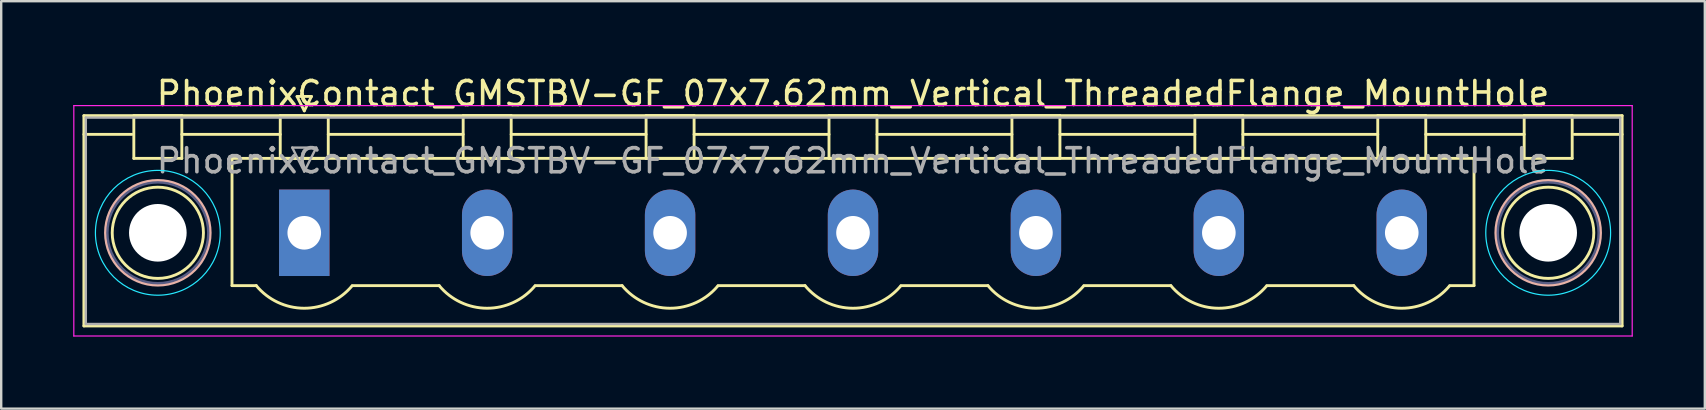
<source format=kicad_pcb>
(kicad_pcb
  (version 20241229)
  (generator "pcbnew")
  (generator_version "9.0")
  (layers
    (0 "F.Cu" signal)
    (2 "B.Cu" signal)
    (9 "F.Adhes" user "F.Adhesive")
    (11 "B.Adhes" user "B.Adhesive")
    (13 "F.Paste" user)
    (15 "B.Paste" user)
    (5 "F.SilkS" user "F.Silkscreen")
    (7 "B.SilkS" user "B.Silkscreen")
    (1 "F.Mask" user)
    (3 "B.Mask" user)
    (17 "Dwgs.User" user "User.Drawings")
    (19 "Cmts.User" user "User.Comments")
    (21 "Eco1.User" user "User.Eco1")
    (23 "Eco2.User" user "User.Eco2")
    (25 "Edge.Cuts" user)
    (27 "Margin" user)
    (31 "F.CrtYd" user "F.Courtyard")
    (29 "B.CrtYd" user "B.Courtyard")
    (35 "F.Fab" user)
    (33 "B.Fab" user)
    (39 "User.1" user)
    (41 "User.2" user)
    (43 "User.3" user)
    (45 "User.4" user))
  (footprint "PhoenixContact_GMSTBV-GF_07x7.62mm_Vertical_ThreadedFlange_MountHole"
    (layer "F.Cu")
    (at 9.625 6.648)
    (property "Reference" "PhoenixContact_GMSTBV-GF_07x7.62mm_Vertical_ThreadedFlange_MountHole" (at 22.86 -5.8 0) (layer "F.SilkS") (effects (font (size 1 1) (thickness 0.15))))
    (attr through_hole)
    (fp_line (start -9.18 -4.88) (end -9.18 3.88) (stroke (width 0.12) (type solid)) (layer "F.SilkS"))
    (fp_line (start -9.18 -4.1) (end -7.18 -4.1) (stroke (width 0.12) (type solid)) (layer "F.SilkS"))
    (fp_line (start -9.18 3.88) (end 54.9 3.88) (stroke (width 0.12) (type solid)) (layer "F.SilkS"))
    (fp_line (start -7.1 -4.88) (end -5.1 -4.88) (stroke (width 0.12) (type solid)) (layer "F.SilkS"))
    (fp_line (start -7.1 -3.1) (end -7.1 -4.88) (stroke (width 0.12) (type solid)) (layer "F.SilkS"))
    (fp_line (start -5.1 -4.88) (end -5.1 -3.1) (stroke (width 0.12) (type solid)) (layer "F.SilkS"))
    (fp_line (start -5.1 -4.1) (end -1 -4.1) (stroke (width 0.12) (type solid)) (layer "F.SilkS"))
    (fp_line (start -5.1 -3.1) (end -7.1 -3.1) (stroke (width 0.12) (type solid)) (layer "F.SilkS"))
    (fp_line (start -3.01 -3.1) (end 48.73 -3.1) (stroke (width 0.12) (type solid)) (layer "F.SilkS"))
    (fp_line (start -3.01 2.2) (end -3.01 -3.1) (stroke (width 0.12) (type solid)) (layer "F.SilkS"))
    (fp_line (start -2 2.2) (end -3.01 2.2) (stroke (width 0.12) (type solid)) (layer "F.SilkS"))
    (fp_line (start -1 -4.88) (end 1 -4.88) (stroke (width 0.12) (type solid)) (layer "F.SilkS"))
    (fp_line (start -1 -3.1) (end -1 -4.88) (stroke (width 0.12) (type solid)) (layer "F.SilkS"))
    (fp_line (start -0.3 -5.68) (end 0.3 -5.68) (stroke (width 0.12) (type solid)) (layer "F.SilkS"))
    (fp_line (start 0 -5.08) (end -0.3 -5.68) (stroke (width 0.12) (type solid)) (layer "F.SilkS"))
    (fp_line (start 0.3 -5.68) (end 0 -5.08) (stroke (width 0.12) (type solid)) (layer "F.SilkS"))
    (fp_line (start 1 -4.88) (end 1 -3.1) (stroke (width 0.12) (type solid)) (layer "F.SilkS"))
    (fp_line (start 1 -4.1) (end 6.62 -4.1) (stroke (width 0.12) (type solid)) (layer "F.SilkS"))
    (fp_line (start 1 -3.1) (end -1 -3.1) (stroke (width 0.12) (type solid)) (layer "F.SilkS"))
    (fp_line (start 2 2.2) (end 5.62 2.2) (stroke (width 0.12) (type solid)) (layer "F.SilkS"))
    (fp_line (start 6.62 -4.88) (end 8.62 -4.88) (stroke (width 0.12) (type solid)) (layer "F.SilkS"))
    (fp_line (start 6.62 -3.1) (end 6.62 -4.88) (stroke (width 0.12) (type solid)) (layer "F.SilkS"))
    (fp_line (start 8.62 -4.88) (end 8.62 -3.1) (stroke (width 0.12) (type solid)) (layer "F.SilkS"))
    (fp_line (start 8.62 -4.1) (end 14.24 -4.1) (stroke (width 0.12) (type solid)) (layer "F.SilkS"))
    (fp_line (start 8.62 -3.1) (end 6.62 -3.1) (stroke (width 0.12) (type solid)) (layer "F.SilkS"))
    (fp_line (start 9.62 2.2) (end 13.24 2.2) (stroke (width 0.12) (type solid)) (layer "F.SilkS"))
    (fp_line (start 14.24 -4.88) (end 16.24 -4.88) (stroke (width 0.12) (type solid)) (layer "F.SilkS"))
    (fp_line (start 14.24 -3.1) (end 14.24 -4.88) (stroke (width 0.12) (type solid)) (layer "F.SilkS"))
    (fp_line (start 16.24 -4.88) (end 16.24 -3.1) (stroke (width 0.12) (type solid)) (layer "F.SilkS"))
    (fp_line (start 16.24 -4.1) (end 21.86 -4.1) (stroke (width 0.12) (type solid)) (layer "F.SilkS"))
    (fp_line (start 16.24 -3.1) (end 14.24 -3.1) (stroke (width 0.12) (type solid)) (layer "F.SilkS"))
    (fp_line (start 17.24 2.2) (end 20.86 2.2) (stroke (width 0.12) (type solid)) (layer "F.SilkS"))
    (fp_line (start 21.86 -4.88) (end 23.86 -4.88) (stroke (width 0.12) (type solid)) (layer "F.SilkS"))
    (fp_line (start 21.86 -3.1) (end 21.86 -4.88) (stroke (width 0.12) (type solid)) (layer "F.SilkS"))
    (fp_line (start 23.86 -4.88) (end 23.86 -3.1) (stroke (width 0.12) (type solid)) (layer "F.SilkS"))
    (fp_line (start 23.86 -4.1) (end 29.48 -4.1) (stroke (width 0.12) (type solid)) (layer "F.SilkS"))
    (fp_line (start 23.86 -3.1) (end 21.86 -3.1) (stroke (width 0.12) (type solid)) (layer "F.SilkS"))
    (fp_line (start 24.86 2.2) (end 28.48 2.2) (stroke (width 0.12) (type solid)) (layer "F.SilkS"))
    (fp_line (start 29.48 -4.88) (end 31.48 -4.88) (stroke (width 0.12) (type solid)) (layer "F.SilkS"))
    (fp_line (start 29.48 -3.1) (end 29.48 -4.88) (stroke (width 0.12) (type solid)) (layer "F.SilkS"))
    (fp_line (start 31.48 -4.88) (end 31.48 -3.1) (stroke (width 0.12) (type solid)) (layer "F.SilkS"))
    (fp_line (start 31.48 -4.1) (end 37.1 -4.1) (stroke (width 0.12) (type solid)) (layer "F.SilkS"))
    (fp_line (start 31.48 -3.1) (end 29.48 -3.1) (stroke (width 0.12) (type solid)) (layer "F.SilkS"))
    (fp_line (start 32.48 2.2) (end 36.1 2.2) (stroke (width 0.12) (type solid)) (layer "F.SilkS"))
    (fp_line (start 37.1 -4.88) (end 39.1 -4.88) (stroke (width 0.12) (type solid)) (layer "F.SilkS"))
    (fp_line (start 37.1 -3.1) (end 37.1 -4.88) (stroke (width 0.12) (type solid)) (layer "F.SilkS"))
    (fp_line (start 39.1 -4.88) (end 39.1 -3.1) (stroke (width 0.12) (type solid)) (layer "F.SilkS"))
    (fp_line (start 39.1 -4.1) (end 44.72 -4.1) (stroke (width 0.12) (type solid)) (layer "F.SilkS"))
    (fp_line (start 39.1 -3.1) (end 37.1 -3.1) (stroke (width 0.12) (type solid)) (layer "F.SilkS"))
    (fp_line (start 40.1 2.2) (end 43.72 2.2) (stroke (width 0.12) (type solid)) (layer "F.SilkS"))
    (fp_line (start 44.72 -4.88) (end 46.72 -4.88) (stroke (width 0.12) (type solid)) (layer "F.SilkS"))
    (fp_line (start 44.72 -3.1) (end 44.72 -4.88) (stroke (width 0.12) (type solid)) (layer "F.SilkS"))
    (fp_line (start 46.72 -4.88) (end 46.72 -3.1) (stroke (width 0.12) (type solid)) (layer "F.SilkS"))
    (fp_line (start 46.72 -4.1) (end 50.82 -4.1) (stroke (width 0.12) (type solid)) (layer "F.SilkS"))
    (fp_line (start 46.72 -3.1) (end 44.72 -3.1) (stroke (width 0.12) (type solid)) (layer "F.SilkS"))
    (fp_line (start 48.73 -3.1) (end 48.73 2.2) (stroke (width 0.12) (type solid)) (layer "F.SilkS"))
    (fp_line (start 48.73 2.2) (end 47.72 2.2) (stroke (width 0.12) (type solid)) (layer "F.SilkS"))
    (fp_line (start 50.82 -4.88) (end 52.82 -4.88) (stroke (width 0.12) (type solid)) (layer "F.SilkS"))
    (fp_line (start 50.82 -3.1) (end 50.82 -4.88) (stroke (width 0.12) (type solid)) (layer "F.SilkS"))
    (fp_line (start 52.82 -4.88) (end 52.82 -3.1) (stroke (width 0.12) (type solid)) (layer "F.SilkS"))
    (fp_line (start 52.82 -3.1) (end 50.82 -3.1) (stroke (width 0.12) (type solid)) (layer "F.SilkS"))
    (fp_line (start 54.9 -4.88) (end -9.18 -4.88) (stroke (width 0.12) (type solid)) (layer "F.SilkS"))
    (fp_line (start 54.9 -4.1) (end 52.9 -4.1) (stroke (width 0.12) (type solid)) (layer "F.SilkS"))
    (fp_line (start 54.9 3.88) (end 54.9 -4.88) (stroke (width 0.12) (type solid)) (layer "F.SilkS"))
    (fp_arc (start 1.986842 2.215821) (mid -0.010289 3.142758) (end -2 2.2) (stroke (width 0.12) (type solid)) (layer "F.SilkS"))
    (fp_arc (start 9.606842 2.215821) (mid 7.609711 3.142758) (end 5.62 2.2) (stroke (width 0.12) (type solid)) (layer "F.SilkS"))
    (fp_arc (start 17.226842 2.215821) (mid 15.229711 3.142758) (end 13.24 2.2) (stroke (width 0.12) (type solid)) (layer "F.SilkS"))
    (fp_arc (start 24.846842 2.215821) (mid 22.849711 3.142758) (end 20.86 2.2) (stroke (width 0.12) (type solid)) (layer "F.SilkS"))
    (fp_arc (start 32.466842 2.215821) (mid 30.469711 3.142758) (end 28.48 2.2) (stroke (width 0.12) (type solid)) (layer "F.SilkS"))
    (fp_arc (start 40.086842 2.215821) (mid 38.089711 3.142758) (end 36.1 2.2) (stroke (width 0.12) (type solid)) (layer "F.SilkS"))
    (fp_arc (start 47.706842 2.215821) (mid 45.709711 3.142758) (end 43.72 2.2) (stroke (width 0.12) (type solid)) (layer "F.SilkS"))
    (fp_circle (center -6.1 0) (end -4.2 0) (stroke (width 0.12) (type solid)) (fill no) (layer "F.SilkS"))
    (fp_circle (center 51.82 0) (end 53.72 0) (stroke (width 0.12) (type solid)) (fill no) (layer "F.SilkS"))
    (fp_circle (center -6.1 0) (end -3.92 0) (stroke (width 0.12) (type solid)) (fill no) (layer "B.SilkS"))
    (fp_circle (center 51.82 0) (end 54 0) (stroke (width 0.12) (type solid)) (fill no) (layer "B.SilkS"))
    (fp_circle (center -6.1 0) (end -3.5 0) (stroke (width 0.05) (type solid)) (fill no) (layer "B.CrtYd"))
    (fp_circle (center 51.82 0) (end 54.42 0) (stroke (width 0.05) (type solid)) (fill no) (layer "B.CrtYd"))
    (fp_line (start -9.6 -5.3) (end -9.6 4.3) (stroke (width 0.05) (type solid)) (layer "F.CrtYd"))
    (fp_line (start -9.6 4.3) (end 55.32 4.3) (stroke (width 0.05) (type solid)) (layer "F.CrtYd"))
    (fp_line (start 55.32 -5.3) (end -9.6 -5.3) (stroke (width 0.05) (type solid)) (layer "F.CrtYd"))
    (fp_line (start 55.32 4.3) (end 55.32 -5.3) (stroke (width 0.05) (type solid)) (layer "F.CrtYd"))
    (fp_circle (center -6.1 0) (end -4 0) (stroke (width 0.1) (type solid)) (fill no) (layer "B.Fab"))
    (fp_circle (center 51.82 0) (end 53.92 0) (stroke (width 0.1) (type solid)) (fill no) (layer "B.Fab"))
    (fp_line (start -9.1 -4.8) (end -9.1 3.8) (stroke (width 0.1) (type solid)) (layer "F.Fab"))
    (fp_line (start -9.1 3.8) (end 54.82 3.8) (stroke (width 0.1) (type solid)) (layer "F.Fab"))
    (fp_line (start -0.5 -3.55) (end 0.5 -3.55) (stroke (width 0.1) (type solid)) (layer "F.Fab"))
    (fp_line (start 0 -2.55) (end -0.5 -3.55) (stroke (width 0.1) (type solid)) (layer "F.Fab"))
    (fp_line (start 0.5 -3.55) (end 0 -2.55) (stroke (width 0.1) (type solid)) (layer "F.Fab"))
    (fp_line (start 54.82 -4.8) (end -9.1 -4.8) (stroke (width 0.1) (type solid)) (layer "F.Fab"))
    (fp_line (start 54.82 3.8) (end 54.82 -4.8) (stroke (width 0.1) (type solid)) (layer "F.Fab"))
    (fp_text user "${REFERENCE}" (at 22.86 -3 0) (layer "F.Fab") (effects (font (size 1 1) (thickness 0.15))))
    (pad "" np_thru_hole circle (at -6.1 0) (size 2.4 2.4) (drill 2.4) (layers "*.Cu" "*.Mask"))
    (pad "" np_thru_hole circle (at 51.82 0) (size 2.4 2.4) (drill 2.4) (layers "*.Cu" "*.Mask"))
    (pad "1" thru_hole rect (at 0 0) (size 2.1 3.6) (drill 1.4) (layers "*.Cu" "*.Mask"))
    (pad "2" thru_hole oval (at 7.62 0) (size 2.1 3.6) (drill 1.4) (layers "*.Cu" "*.Mask"))
    (pad "3" thru_hole oval (at 15.24 0) (size 2.1 3.6) (drill 1.4) (layers "*.Cu" "*.Mask"))
    (pad "4" thru_hole oval (at 22.86 0) (size 2.1 3.6) (drill 1.4) (layers "*.Cu" "*.Mask"))
    (pad "5" thru_hole oval (at 30.48 0) (size 2.1 3.6) (drill 1.4) (layers "*.Cu" "*.Mask"))
    (pad "6" thru_hole oval (at 38.1 0) (size 2.1 3.6) (drill 1.4) (layers "*.Cu" "*.Mask"))
    (pad "7" thru_hole oval (at 45.72 0) (size 2.1 3.6) (drill 1.4) (layers "*.Cu" "*.Mask")))
  (gr_rect
    (start -3 -3)
    (end 67.97 13.973)
    (stroke (width 0.1) (type default))
    (fill no)
    (layer "Edge.Cuts")))
</source>
